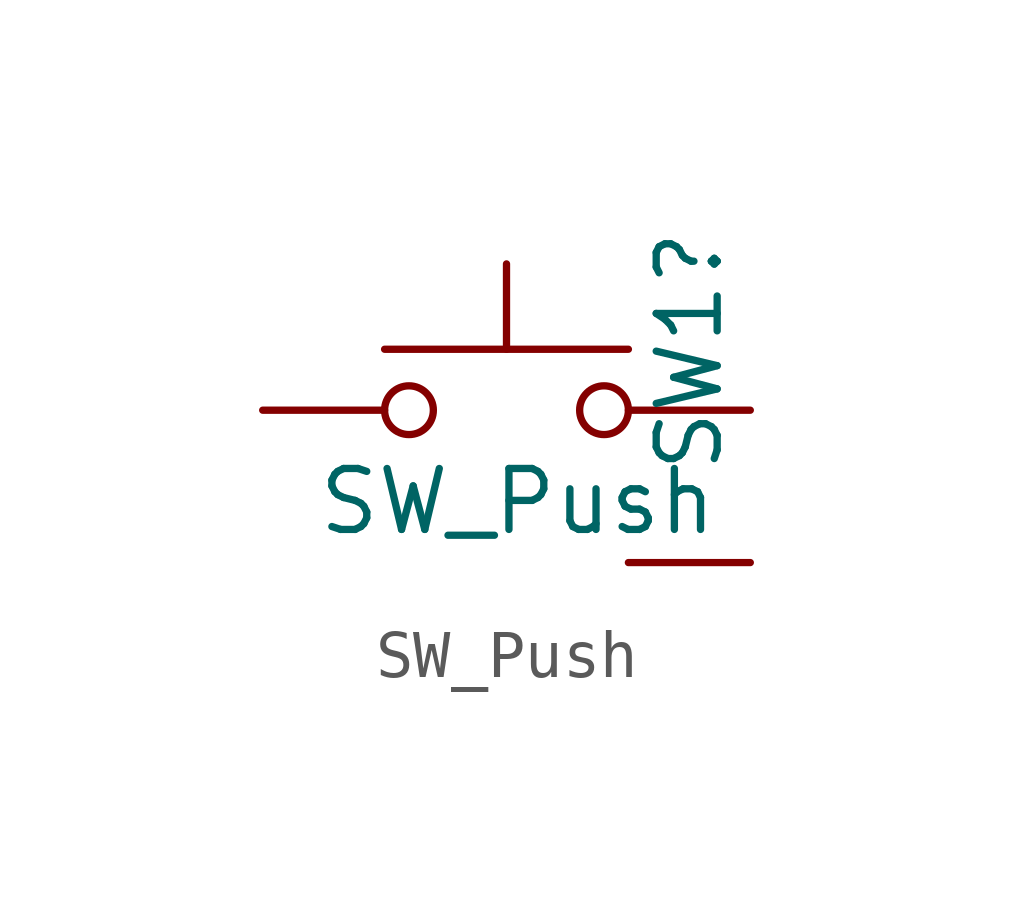
<source format=kicad_sym>
(kicad_symbol_lib
  (version 20220914)
  (generator kicad_symbol_editor)
  (symbol "SW_Push"
    (pin_numbers hide)
    (pin_names
      (offset 1.016) hide)
    (property "Reference" "SW1"
      (at 3.81 3.81 90)
      (effects (font (size 1.27 1.27)) (justify right)))
    (property "Value" "SW_Push"
      (at 4.445 -1.905 0)
      (effects (font (size 1.27 1.27)) (justify right)))
    (symbol "SW_Push_0_1"
      (circle (center -2.032 0) (radius 0.508) (stroke (width 0) (type default)) (fill (type none)))
      (polyline (pts (xy 0 1.27) (xy 0 3.048)) (stroke (width 0) (type default)) (fill (type none)))
      (polyline (pts (xy 2.54 1.27) (xy -2.54 1.27)) (stroke (width 0) (type default)) (fill (type none)))
      (circle (center 2.032 0) (radius 0.508) (stroke (width 0) (type default)) (fill (type none)))
      (pin passive line (at -5.08 0 0) (length 2.54) (name "1" (effects (font (size 1.27 1.27)))) (number "1" (effects (font (size 1.27 1.27)))))
      (pin passive line (at 5.08 0 180) (length 2.54) (name "2" (effects (font (size 1.27 1.27)))) (number "2" (effects (font (size 1.27 1.27))))))
    (symbol "SW_Push_1_1"
      (pin passive line (at 5.08 -3.175 180) (length 2.54) (name "GND" (effects (font (size 1.27 1.27)))) (number "G" (effects (font (size 1.27 1.27))))))))
</source>
